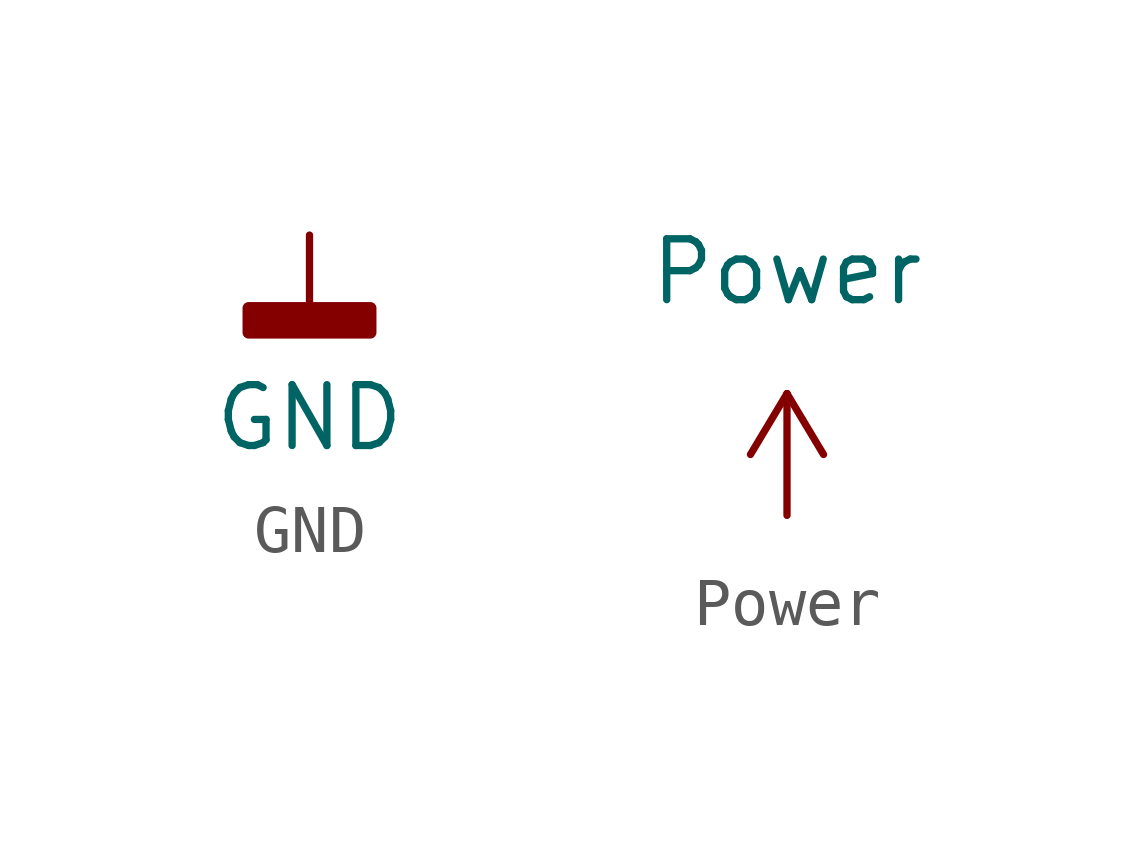
<source format=kicad_sym>
(kicad_symbol_lib
  (version 20220914)
  (generator kicad_symbol_editor)
  (symbol "GND"
    (power)
    (pin_names
      (offset 0))
    (property "Reference" "#PWR01"
      (at 0 -6.35 0)
      (effects (font (size 1.27 1.27)) hide))
    (property "Value" "GND"
      (at 0 -3.81 0)
      (effects (font (size 1.27 1.27))))
    (symbol "GND_0_1"
      (rectangle (start -1.27 -1.524) (end 1.27 -2.032) (stroke (width 0.254) (type default)) (fill (type outline)))
      (polyline (pts (xy 0 0) (xy 0 -1.524)) (stroke (width 0) (type default)) (fill (type none))))
    (symbol "GND_1_1"
      (pin power_in line (at 0 0 270) (length 0) hide (name "GND" (effects (font (size 1.27 1.27)))) (number "1" (effects (font (size 1.27 1.27)))))))
  (symbol "Power"
    (power)
    (pin_names
      (offset 0))
    (property "Reference" "#PWR02"
      (at 0 -3.81 0)
      (effects (font (size 1.27 1.27)) hide))
    (property "Value" "Power"
      (at 0 5.08 0)
      (effects (font (size 1.27 1.27))))
    (symbol "Power_0_1"
      (polyline (pts (xy -0.762 1.27) (xy 0 2.54)) (stroke (width 0) (type default)) (fill (type none)))
      (polyline (pts (xy 0 0) (xy 0 2.54)) (stroke (width 0) (type default)) (fill (type none)))
      (polyline (pts (xy 0 2.54) (xy 0.762 1.27)) (stroke (width 0) (type default)) (fill (type none))))
    (symbol "Power_1_1"
      (pin power_in line (at 0 0 90) (length 0) hide (name "Power" (effects (font (size 1.27 1.27)))) (number "1" (effects (font (size 1.27 1.27))))))))
</source>
